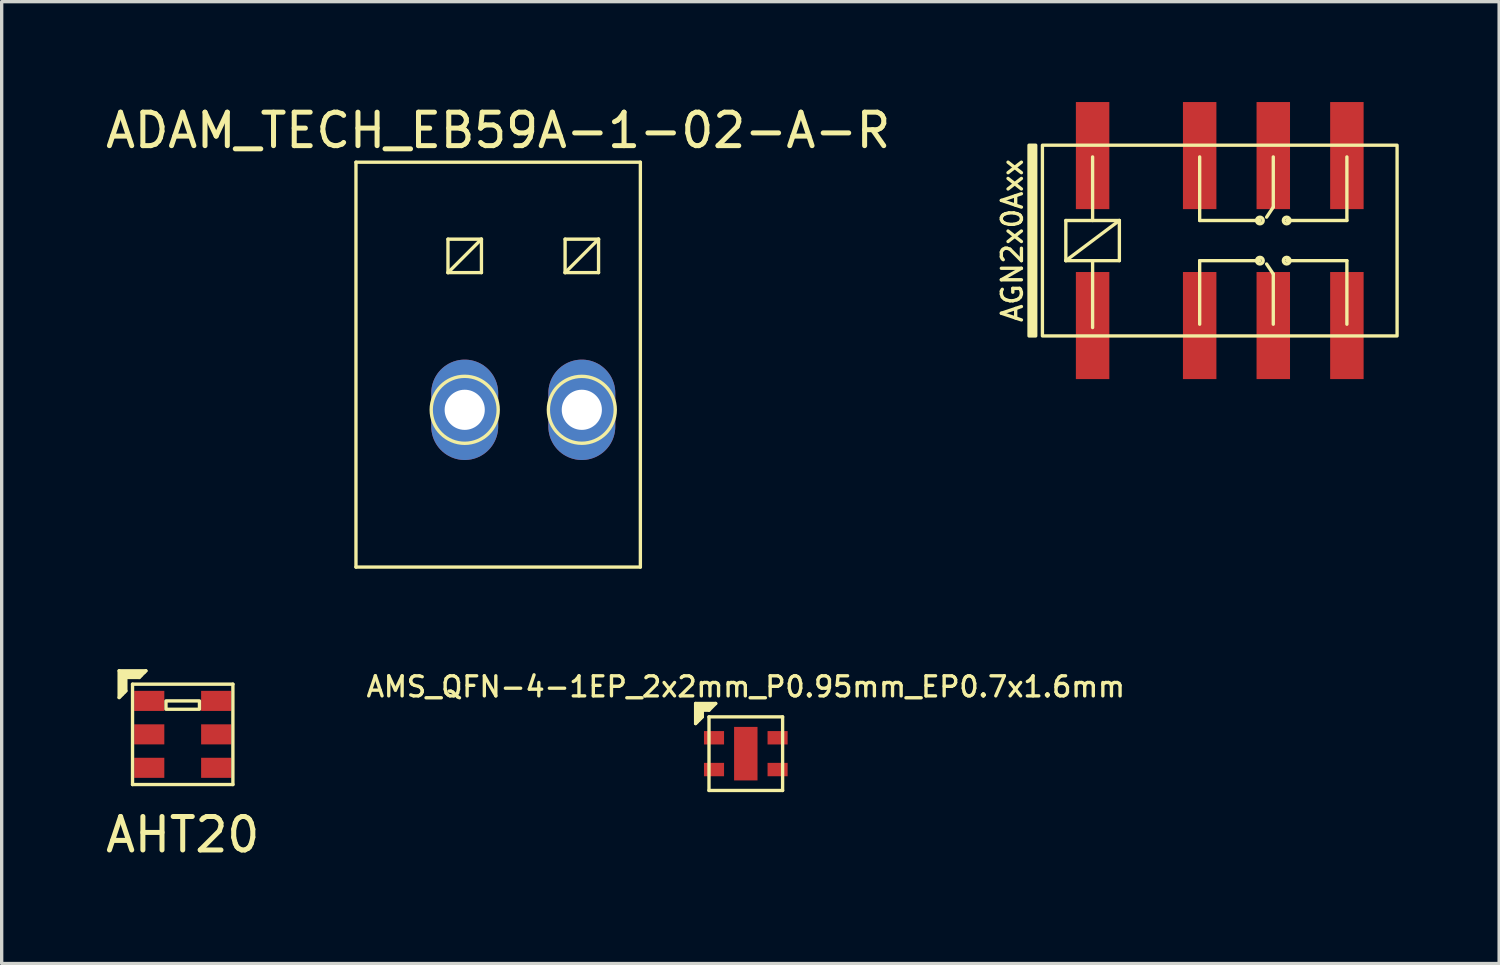
<source format=kicad_pcb>
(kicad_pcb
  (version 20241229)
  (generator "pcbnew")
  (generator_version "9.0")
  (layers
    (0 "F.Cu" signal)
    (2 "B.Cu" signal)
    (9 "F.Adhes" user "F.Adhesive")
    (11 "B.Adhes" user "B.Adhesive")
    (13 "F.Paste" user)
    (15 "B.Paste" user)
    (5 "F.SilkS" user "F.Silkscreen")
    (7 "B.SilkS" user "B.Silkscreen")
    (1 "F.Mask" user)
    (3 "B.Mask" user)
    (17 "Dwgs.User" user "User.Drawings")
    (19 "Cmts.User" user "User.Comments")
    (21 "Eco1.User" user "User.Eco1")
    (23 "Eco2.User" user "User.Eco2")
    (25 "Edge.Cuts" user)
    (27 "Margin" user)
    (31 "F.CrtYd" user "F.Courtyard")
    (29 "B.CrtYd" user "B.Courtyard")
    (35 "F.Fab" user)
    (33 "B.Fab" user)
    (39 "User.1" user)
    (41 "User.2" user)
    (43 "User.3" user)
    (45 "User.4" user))
  (footprint "AHT20"
    (layer "F.Cu")
    (at 2.411 18.898)
    (property "Reference" "AHT20" (at 0 3 0) (layer "F.SilkS") (effects (font (size 1 1) (thickness 0.15))))
    (attr smd)
    (fp_line (start -1.9 -1.9) (end -1.1 -1.9) (stroke (width 0.1) (type solid)) (layer "F.SilkS"))
    (fp_line (start -1.9 -1.1) (end -1.9 -1.9) (stroke (width 0.1) (type solid)) (layer "F.SilkS"))
    (fp_line (start -1.85 -1.85) (end -1.85 -1.15) (stroke (width 0.1) (type solid)) (layer "F.SilkS"))
    (fp_line (start -1.85 -1.85) (end -1.15 -1.85) (stroke (width 0.1) (type solid)) (layer "F.SilkS"))
    (fp_line (start -1.8 -1.8) (end -1.8 -1.2) (stroke (width 0.1) (type solid)) (layer "F.SilkS"))
    (fp_line (start -1.75 -1.75) (end -1.75 -1.25) (stroke (width 0.1) (type solid)) (layer "F.SilkS"))
    (fp_line (start -1.75 -1.75) (end -1.25 -1.75) (stroke (width 0.1) (type solid)) (layer "F.SilkS"))
    (fp_line (start -1.7 -1.7) (end -1.7 -1.3) (stroke (width 0.1) (type solid)) (layer "F.SilkS"))
    (fp_line (start -1.7 -1.3) (end -1.9 -1.1) (stroke (width 0.1) (type solid)) (layer "F.SilkS"))
    (fp_line (start -1.5 -1.5) (end 1.5 -1.5) (stroke (width 0.1) (type solid)) (layer "F.SilkS"))
    (fp_line (start -1.5 1.5) (end -1.5 -1.5) (stroke (width 0.1) (type solid)) (layer "F.SilkS"))
    (fp_line (start -1.3 -1.8) (end -1.8 -1.8) (stroke (width 0.1) (type solid)) (layer "F.SilkS"))
    (fp_line (start -1.3 -1.7) (end -1.7 -1.7) (stroke (width 0.1) (type solid)) (layer "F.SilkS"))
    (fp_line (start -1.3 -1.7) (end -1.1 -1.9) (stroke (width 0.1) (type solid)) (layer "F.SilkS"))
    (fp_line (start 1.5 -1.5) (end 1.5 1.5) (stroke (width 0.1) (type solid)) (layer "F.SilkS"))
    (fp_line (start 1.5 1.5) (end -1.5 1.5) (stroke (width 0.1) (type solid)) (layer "F.SilkS"))
    (fp_rect (start -0.5 -1) (end 0.5 -0.75) (stroke (width 0.1) (type default)) (fill no) (layer "F.SilkS"))
    (pad "1" smd rect (at -1 -1) (size 0.9 0.6) (layers "F.Cu" "F.Mask" "F.Paste"))
    (pad "2" smd rect (at -1 0) (size 0.9 0.6) (layers "F.Cu" "F.Mask" "F.Paste"))
    (pad "3" smd rect (at -1 1) (size 0.9 0.6) (layers "F.Cu" "F.Mask" "F.Paste"))
    (pad "4" smd rect (at 1 1) (size 0.9 0.6) (layers "F.Cu" "F.Mask" "F.Paste"))
    (pad "5" smd rect (at 1 0) (size 0.9 0.6) (layers "F.Cu" "F.Mask" "F.Paste"))
    (pad "6" smd rect (at 1 -1) (size 0.9 0.6) (layers "F.Cu" "F.Mask" "F.Paste")))
  (footprint "AGN2x0Axx"
    (layer "F.Cu")
    (at 33.405 4.14)
    (property "Reference" "AGN2x0Axx" (at -6.2 0 90) (layer "F.SilkS") (effects (font (size 0.6 0.6) (thickness 0.1))))
    (attr smd)
    (fp_line (start -4.6 -0.6) (end -4.6 0.6) (stroke (width 0.1) (type solid)) (layer "F.SilkS"))
    (fp_line (start -4.6 0.6) (end -3 -0.6) (stroke (width 0.1) (type solid)) (layer "F.SilkS"))
    (fp_line (start -4.6 0.6) (end -3 0.6) (stroke (width 0.1) (type solid)) (layer "F.SilkS"))
    (fp_line (start -3.8 -2.5) (end -3.8 -0.6) (stroke (width 0.1) (type solid)) (layer "F.SilkS"))
    (fp_line (start -3.8 0.6) (end -3.8 2.6) (stroke (width 0.1) (type solid)) (layer "F.SilkS"))
    (fp_line (start -3 -0.6) (end -4.6 -0.6) (stroke (width 0.1) (type solid)) (layer "F.SilkS"))
    (fp_line (start -3 0.6) (end -3 -0.6) (stroke (width 0.1) (type solid)) (layer "F.SilkS"))
    (fp_line (start -0.6 -2.5) (end -0.6 -0.6) (stroke (width 0.1) (type solid)) (layer "F.SilkS"))
    (fp_line (start -0.6 -0.6) (end 1.2 -0.6) (stroke (width 0.1) (type solid)) (layer "F.SilkS"))
    (fp_line (start -0.6 0.6) (end -0.6 2.5) (stroke (width 0.1) (type solid)) (layer "F.SilkS"))
    (fp_line (start -0.6 0.6) (end 1.2 0.6) (stroke (width 0.1) (type solid)) (layer "F.SilkS"))
    (fp_line (start 1.6 -2.5) (end 1.6 -1) (stroke (width 0.1) (type solid)) (layer "F.SilkS"))
    (fp_line (start 1.6 -1) (end 1.4 -0.7) (stroke (width 0.1) (type solid)) (layer "F.SilkS"))
    (fp_line (start 1.6 1) (end 1.4 0.7) (stroke (width 0.1) (type solid)) (layer "F.SilkS"))
    (fp_line (start 1.6 1) (end 1.6 2.5) (stroke (width 0.1) (type solid)) (layer "F.SilkS"))
    (fp_line (start 2 -0.6) (end 3.8 -0.6) (stroke (width 0.1) (type solid)) (layer "F.SilkS"))
    (fp_line (start 2 0.6) (end 3.8 0.6) (stroke (width 0.1) (type solid)) (layer "F.SilkS"))
    (fp_line (start 3.8 -0.6) (end 3.8 -2.5) (stroke (width 0.1) (type solid)) (layer "F.SilkS"))
    (fp_line (start 3.8 0.6) (end 3.8 2.5) (stroke (width 0.1) (type solid)) (layer "F.SilkS"))
    (fp_rect (start -5.7 -2.85) (end -5.5 2.85) (stroke (width 0.1) (type solid)) (fill yes) (layer "F.SilkS"))
    (fp_rect (start -5.3 -2.85) (end 5.3 2.85) (stroke (width 0.1) (type solid)) (fill no) (layer "F.SilkS"))
    (fp_circle (center 1.2 -0.6) (end 1.3 -0.6) (stroke (width 0.1) (type solid)) (fill no) (layer "F.SilkS"))
    (fp_circle (center 1.2 0.6) (end 1.3 0.6) (stroke (width 0.1) (type solid)) (fill no) (layer "F.SilkS"))
    (fp_circle (center 2 -0.6) (end 2.1 -0.6) (stroke (width 0.1) (type solid)) (fill no) (layer "F.SilkS"))
    (fp_circle (center 2 0.6) (end 2.1 0.6) (stroke (width 0.1) (type solid)) (fill no) (layer "F.SilkS"))
    (pad "1" smd rect (at -3.8 2.54) (size 1 3.2) (layers "F.Cu" "F.Mask" "F.Paste"))
    (pad "2" smd rect (at -0.6 2.54) (size 1 3.2) (layers "F.Cu" "F.Mask" "F.Paste"))
    (pad "3" smd rect (at 1.6 2.54) (size 1 3.2) (layers "F.Cu" "F.Mask" "F.Paste"))
    (pad "4" smd rect (at 3.8 2.54) (size 1 3.2) (layers "F.Cu" "F.Mask" "F.Paste"))
    (pad "5" smd rect (at 3.8 -2.54) (size 1 3.2) (layers "F.Cu" "F.Mask" "F.Paste"))
    (pad "6" smd rect (at 1.6 -2.54) (size 1 3.2) (layers "F.Cu" "F.Mask" "F.Paste"))
    (pad "7" smd rect (at -0.6 -2.54) (size 1 3.2) (layers "F.Cu" "F.Mask" "F.Paste"))
    (pad "8" smd rect (at -3.8 -2.54) (size 1 3.2) (layers "F.Cu" "F.Mask" "F.Paste")))
  (footprint "ADAM_TECH_EB59A-1-02-A-R"
    (layer "F.Cu")
    (at 11.839 7.848)
    (property "Reference" "ADAM_TECH_EB59A-1-02-A-R" (at 0 -7 0) (layer "F.SilkS") (effects (font (size 1 1) (thickness 0.15))))
    (attr through_hole)
    (fp_line (start -4.25 -6.05) (end -4.25 6.05) (stroke (width 0.1) (type solid)) (layer "F.SilkS"))
    (fp_line (start -4.25 -6.05) (end 4.25 -6.05) (stroke (width 0.1) (type solid)) (layer "F.SilkS"))
    (fp_line (start -1.5 -3.75) (end -1.5 -2.75) (stroke (width 0.1) (type solid)) (layer "F.SilkS"))
    (fp_line (start -1.5 -2.75) (end -0.5 -2.75) (stroke (width 0.1) (type solid)) (layer "F.SilkS"))
    (fp_line (start -0.5 -3.75) (end -1.5 -3.75) (stroke (width 0.1) (type solid)) (layer "F.SilkS"))
    (fp_line (start -0.5 -3.75) (end -1.5 -2.75) (stroke (width 0.1) (type solid)) (layer "F.SilkS"))
    (fp_line (start -0.5 -2.75) (end -0.5 -3.75) (stroke (width 0.1) (type solid)) (layer "F.SilkS"))
    (fp_line (start 2 -3.75) (end 3 -3.75) (stroke (width 0.1) (type solid)) (layer "F.SilkS"))
    (fp_line (start 2 -2.75) (end 2 -3.75) (stroke (width 0.1) (type solid)) (layer "F.SilkS"))
    (fp_line (start 2 -2.75) (end 3 -2.75) (stroke (width 0.1) (type solid)) (layer "F.SilkS"))
    (fp_line (start 3 -3.75) (end 2 -2.75) (stroke (width 0.1) (type solid)) (layer "F.SilkS"))
    (fp_line (start 3 -2.75) (end 3 -3.75) (stroke (width 0.1) (type solid)) (layer "F.SilkS"))
    (fp_line (start 4.25 -6.05) (end 4.25 6.05) (stroke (width 0.1) (type solid)) (layer "F.SilkS"))
    (fp_line (start 4.25 6.05) (end -4.25 6.05) (stroke (width 0.1) (type solid)) (layer "F.SilkS"))
    (fp_circle (center -1 1.35) (end 0 1.3) (stroke (width 0.1) (type solid)) (fill no) (layer "F.SilkS"))
    (fp_circle (center 2.5 1.35) (end 3.5 1.35) (stroke (width 0.1) (type solid)) (fill no) (layer "F.SilkS"))
    (pad "1" thru_hole oval (at -1 1.35) (size 2 3) (drill 1.2) (layers "*.Cu" "*.Mask"))
    (pad "2" thru_hole oval (at 2.5 1.35) (size 2 3) (drill 1.2) (layers "*.Cu" "*.Mask")))
  (footprint "AMS_QFN-4-1EP_2x2mm_P0.95mm_EP0.7x1.6mm"
    (layer "F.Cu")
    (at 19.24 19.475)
    (property "Reference" "AMS_QFN-4-1EP_2x2mm_P0.95mm_EP0.7x1.6mm" (at 0 -2 0) (layer "F.SilkS") (effects (font (size 0.6 0.6) (thickness 0.1))))
    (attr smd)
    (fp_line (start -1.5 -1.5) (end -1.5 -0.9) (stroke (width 0.1) (type solid)) (layer "F.SilkS"))
    (fp_line (start -1.45 -1.45) (end -1.45 -0.95) (stroke (width 0.1) (type solid)) (layer "F.SilkS"))
    (fp_line (start -1.45 -1.45) (end -1 -1.45) (stroke (width 0.1) (type solid)) (layer "F.SilkS"))
    (fp_line (start -1.4 -1.4) (end -1.1 -1.4) (stroke (width 0.1) (type solid)) (layer "F.SilkS"))
    (fp_line (start -1.4 -1) (end -1.4 -1.4) (stroke (width 0.1) (type solid)) (layer "F.SilkS"))
    (fp_line (start -1.35 -1.35) (end -1.35 -1.05) (stroke (width 0.1) (type solid)) (layer "F.SilkS"))
    (fp_line (start -1.35 -1.35) (end -1.1 -1.35) (stroke (width 0.1) (type solid)) (layer "F.SilkS"))
    (fp_line (start -1.3 -1.3) (end -1.3 -1.1) (stroke (width 0.1) (type solid)) (layer "F.SilkS"))
    (fp_line (start -1.3 -1.3) (end -1.1 -1.3) (stroke (width 0.1) (type solid)) (layer "F.SilkS"))
    (fp_line (start -1.3 -1.1) (end -1.5 -0.9) (stroke (width 0.1) (type solid)) (layer "F.SilkS"))
    (fp_line (start -1.1 -1.3) (end -0.9 -1.5) (stroke (width 0.1) (type solid)) (layer "F.SilkS"))
    (fp_line (start -1.1 -1.1) (end -1.1 1.1) (stroke (width 0.1) (type solid)) (layer "F.SilkS"))
    (fp_line (start -1.1 -1.1) (end 1.1 -1.1) (stroke (width 0.1) (type solid)) (layer "F.SilkS"))
    (fp_line (start -0.9 -1.5) (end -1.5 -1.5) (stroke (width 0.1) (type solid)) (layer "F.SilkS"))
    (fp_line (start 1.1 -1.1) (end 1.1 1.1) (stroke (width 0.1) (type solid)) (layer "F.SilkS"))
    (fp_line (start 1.1 1.1) (end -1.1 1.1) (stroke (width 0.1) (type solid)) (layer "F.SilkS"))
    (pad "" smd rect (at 0 0) (size 0.35 0.8) (layers "F.Paste"))
    (pad "1" smd rect (at -0.95 -0.475) (size 0.6 0.4) (layers "F.Cu" "F.Mask" "F.Paste"))
    (pad "2" smd rect (at -0.95 0.475) (size 0.6 0.4) (layers "F.Cu" "F.Mask" "F.Paste"))
    (pad "3" smd rect (at 0.95 0.475) (size 0.6 0.4) (layers "F.Cu" "F.Mask" "F.Paste"))
    (pad "4" smd rect (at 0.95 -0.475) (size 0.6 0.4) (layers "F.Cu" "F.Mask" "F.Paste"))
    (pad "5" smd rect (at 0 0) (size 0.7 1.6) (layers "F.Cu" "F.Mask")))
  (gr_rect
    (start -3 -3)
    (end 41.755 25.747)
    (stroke (width 0.1) (type default))
    (fill no)
    (layer "Edge.Cuts")))
</source>
